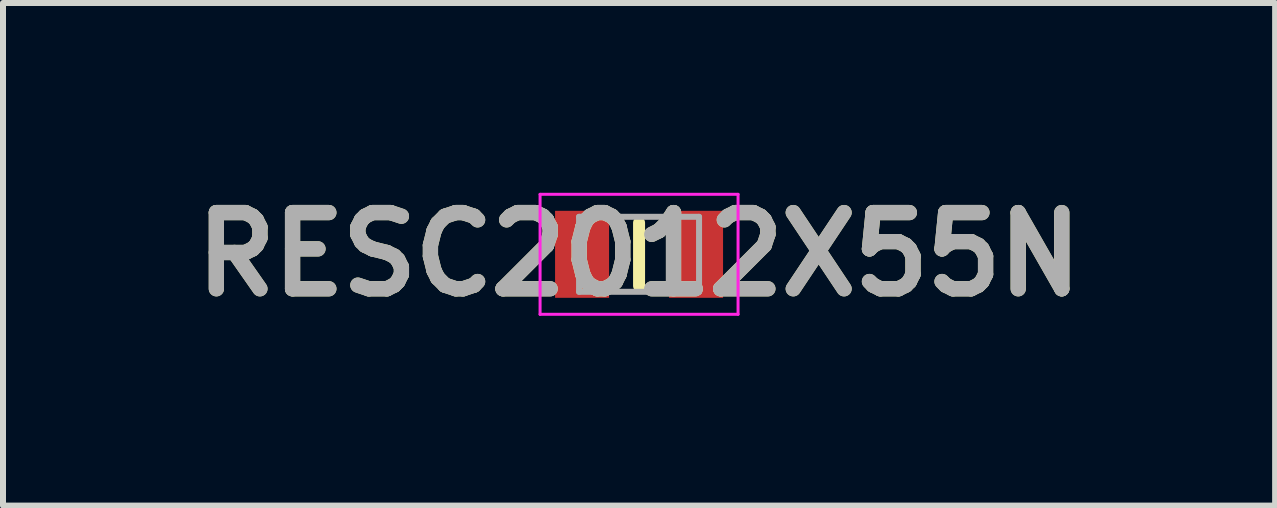
<source format=kicad_pcb>
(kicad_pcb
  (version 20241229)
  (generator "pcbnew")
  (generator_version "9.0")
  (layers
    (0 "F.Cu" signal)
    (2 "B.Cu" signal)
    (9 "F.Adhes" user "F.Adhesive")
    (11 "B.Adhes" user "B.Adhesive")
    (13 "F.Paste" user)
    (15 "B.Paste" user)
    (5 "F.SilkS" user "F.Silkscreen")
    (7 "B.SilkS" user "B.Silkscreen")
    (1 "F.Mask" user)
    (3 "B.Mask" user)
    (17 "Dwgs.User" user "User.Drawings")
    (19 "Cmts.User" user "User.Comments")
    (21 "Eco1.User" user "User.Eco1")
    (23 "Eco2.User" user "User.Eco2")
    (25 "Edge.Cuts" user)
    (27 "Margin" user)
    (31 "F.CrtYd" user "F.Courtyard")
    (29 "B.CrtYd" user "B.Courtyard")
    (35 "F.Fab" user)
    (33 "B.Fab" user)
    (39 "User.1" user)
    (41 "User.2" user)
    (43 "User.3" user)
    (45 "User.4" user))
  (footprint "RESC2012X55N"
    (layer "F.Cu")
    (at 7.602 1.189)
    (property "Reference" "RESC2012X55N" (at 0 0 0) (layer "F.SilkS") (effects (font (size 1.27 1.27) (thickness 0.254))))
    (attr smd)
    (fp_line (start 0 -0.525) (end 0 0.525) (stroke (width 0.2) (type solid)) (layer "F.SilkS"))
    (fp_line (start -1.65 -1) (end 1.65 -1) (stroke (width 0.05) (type solid)) (layer "F.CrtYd"))
    (fp_line (start -1.65 1) (end -1.65 -1) (stroke (width 0.05) (type solid)) (layer "F.CrtYd"))
    (fp_line (start 1.65 -1) (end 1.65 1) (stroke (width 0.05) (type solid)) (layer "F.CrtYd"))
    (fp_line (start 1.65 1) (end -1.65 1) (stroke (width 0.05) (type solid)) (layer "F.CrtYd"))
    (fp_line (start -1 -0.625) (end 1 -0.625) (stroke (width 0.1) (type solid)) (layer "F.Fab"))
    (fp_line (start -1 0.625) (end -1 -0.625) (stroke (width 0.1) (type solid)) (layer "F.Fab"))
    (fp_line (start 1 -0.625) (end 1 0.625) (stroke (width 0.1) (type solid)) (layer "F.Fab"))
    (fp_line (start 1 0.625) (end -1 0.625) (stroke (width 0.1) (type solid)) (layer "F.Fab"))
    (fp_text user "${REFERENCE}" (at 0 0 0) (layer "F.Fab") (effects (font (size 1.27 1.27) (thickness 0.254))))
    (pad "1" smd rect (at -0.95 0) (size 0.9 1.45) (layers "F.Cu" "F.Mask" "F.Paste"))
    (pad "2" smd rect (at 0.95 0) (size 0.9 1.45) (layers "F.Cu" "F.Mask" "F.Paste")))
  (gr_rect
    (start -3 -3)
    (end 18.204 5.377)
    (stroke (width 0.1) (type default))
    (fill no)
    (layer "Edge.Cuts")))
</source>
